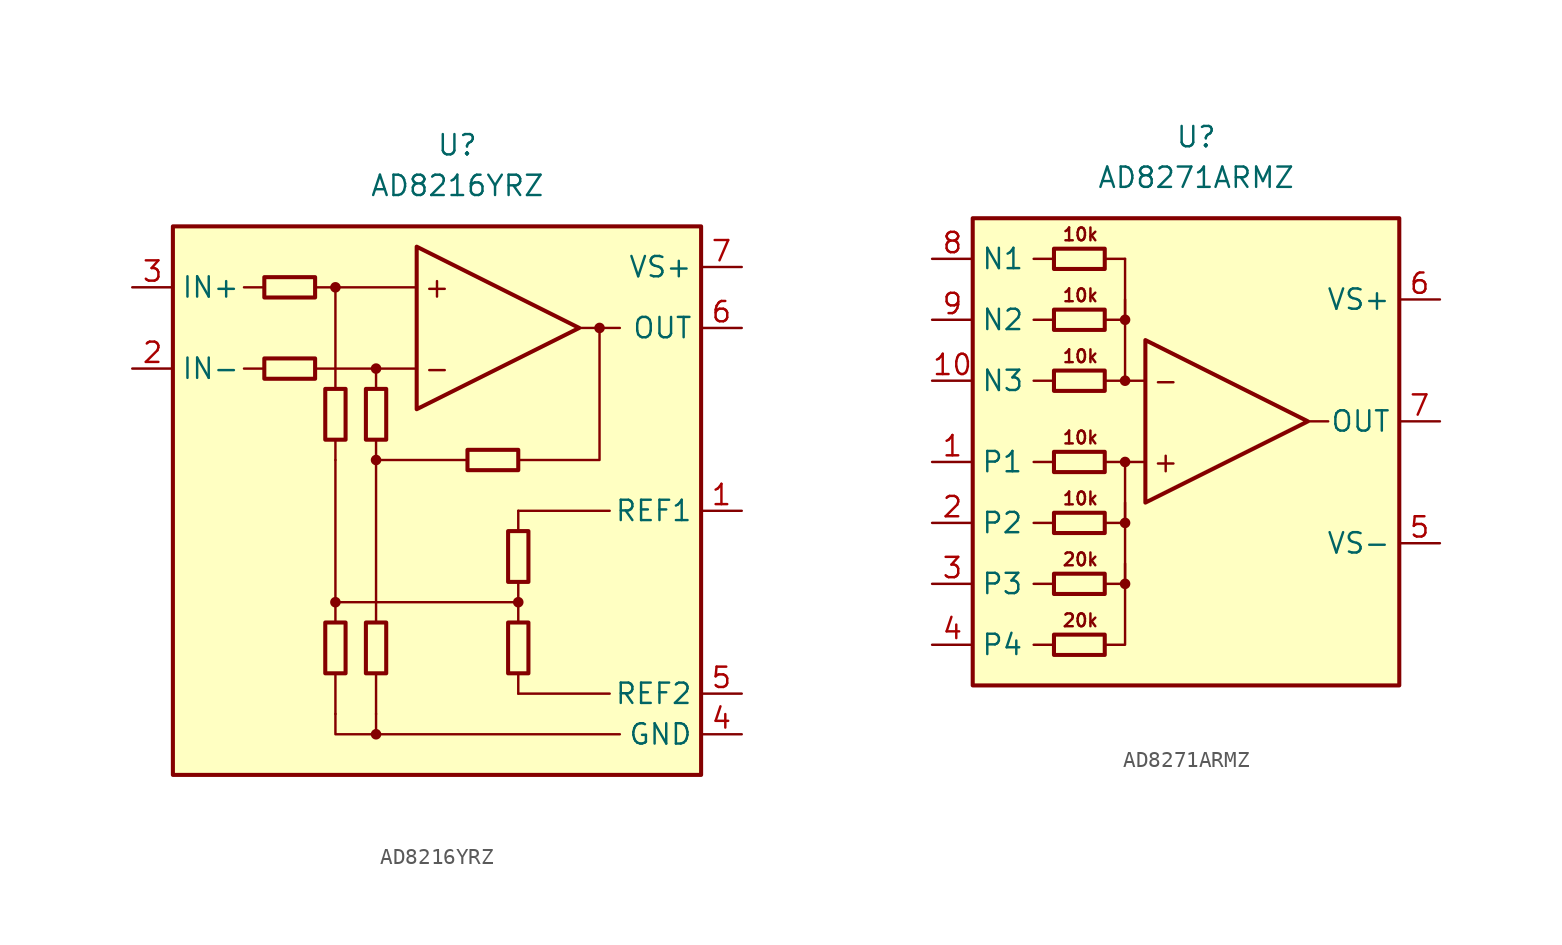
<source format=kicad_sym>
(kicad_symbol_lib
  (version 20211014)
  (generator kicad_symbol_editor)
  (symbol "AD8216YRZ"
    (property "Reference" "U"
      (at 0 22.86 0)
      (effects (font (size 1.27 1.27))))
    (property "Value" "AD8216YRZ"
      (at 0 20.32 0)
      (effects (font (size 1.27 1.27))))
    (symbol "AD8216YRZ_0_0"
      (rectangle (start -17.78 17.78) (end 15.24 -16.51) (stroke (width 0.254) (type default) (color 0 0 0 0)) (fill (type background)))
      (circle (center -7.62 -5.715) (radius 0.254) (stroke (width 0.152) (type default) (color 0 0 0 0)) (fill (type outline)))
      (circle (center -7.62 13.97) (radius 0.254) (stroke (width 0.152) (type default) (color 0 0 0 0)) (fill (type outline)))
      (circle (center -5.08 -13.97) (radius 0.254) (stroke (width 0.152) (type default) (color 0 0 0 0)) (fill (type outline)))
      (circle (center -5.08 3.175) (radius 0.254) (stroke (width 0.152) (type default) (color 0 0 0 0)) (fill (type outline)))
      (circle (center -5.08 8.89) (radius 0.254) (stroke (width 0.152) (type default) (color 0 0 0 0)) (fill (type outline)))
      (polyline (pts (xy -12.065 8.89) (xy -13.335 8.89)) (stroke (width 0.152) (type default) (color 0 0 0 0)) (fill (type none)))
      (polyline (pts (xy -12.065 13.97) (xy -13.335 13.97)) (stroke (width 0.152) (type default) (color 0 0 0 0)) (fill (type none)))
      (polyline (pts (xy -7.62 -10.16) (xy -7.62 -12.7)) (stroke (width 0.152) (type default) (color 0 0 0 0)) (fill (type none)))
      (polyline (pts (xy -7.62 -5.715) (xy 3.81 -5.715)) (stroke (width 0.152) (type default) (color 0 0 0 0)) (fill (type none)))
      (polyline (pts (xy -7.62 3.175) (xy -7.62 -6.985)) (stroke (width 0.152) (type default) (color 0 0 0 0)) (fill (type none)))
      (polyline (pts (xy -7.62 4.445) (xy -7.62 3.175)) (stroke (width 0.152) (type default) (color 0 0 0 0)) (fill (type none)))
      (polyline (pts (xy -7.62 13.97) (xy -7.62 7.62)) (stroke (width 0.152) (type default) (color 0 0 0 0)) (fill (type none)))
      (polyline (pts (xy -5.08 -13.97) (xy 10.16 -13.97)) (stroke (width 0.152) (type default) (color 0 0 0 0)) (fill (type none)))
      (polyline (pts (xy -5.08 -10.16) (xy -5.08 -12.7)) (stroke (width 0.152) (type default) (color 0 0 0 0)) (fill (type none)))
      (polyline (pts (xy -5.08 -6.985) (xy -5.08 3.175)) (stroke (width 0.152) (type default) (color 0 0 0 0)) (fill (type none)))
      (polyline (pts (xy -5.08 3.175) (xy 0.635 3.175)) (stroke (width 0.152) (type default) (color 0 0 0 0)) (fill (type none)))
      (polyline (pts (xy -5.08 4.445) (xy -5.08 3.175)) (stroke (width 0.152) (type default) (color 0 0 0 0)) (fill (type none)))
      (polyline (pts (xy -5.08 7.62) (xy -5.08 8.89)) (stroke (width 0.152) (type default) (color 0 0 0 0)) (fill (type none)))
      (polyline (pts (xy -2.54 8.89) (xy -8.89 8.89)) (stroke (width 0.152) (type default) (color 0 0 0 0)) (fill (type none)))
      (polyline (pts (xy -2.54 13.97) (xy -8.89 13.97)) (stroke (width 0.152) (type default) (color 0 0 0 0)) (fill (type none)))
      (polyline (pts (xy 3.81 -11.43) (xy 9.525 -11.43)) (stroke (width 0.152) (type default) (color 0 0 0 0)) (fill (type none)))
      (polyline (pts (xy 3.81 -10.16) (xy 3.81 -11.43)) (stroke (width 0.152) (type default) (color 0 0 0 0)) (fill (type none)))
      (polyline (pts (xy 3.81 -4.445) (xy 3.81 -6.985)) (stroke (width 0.152) (type default) (color 0 0 0 0)) (fill (type none)))
      (polyline (pts (xy 3.81 -1.27) (xy 3.81 0)) (stroke (width 0.152) (type default) (color 0 0 0 0)) (fill (type none)))
      (polyline (pts (xy 3.81 0) (xy 9.525 0)) (stroke (width 0.152) (type default) (color 0 0 0 0)) (fill (type none)))
      (polyline (pts (xy 8.89 11.43) (xy 7.62 11.43)) (stroke (width 0.152) (type default) (color 0 0 0 0)) (fill (type none)))
      (polyline (pts (xy 8.89 11.43) (xy 10.16 11.43)) (stroke (width 0.152) (type default) (color 0 0 0 0)) (fill (type none)))
      (polyline (pts (xy 3.81 3.175) (xy 8.89 3.175) (xy 8.89 11.43)) (stroke (width 0.152) (type default) (color 0 0 0 0)) (fill (type none)))
      (polyline (pts (xy -7.62 -12.7) (xy -7.62 -13.97) (xy -5.08 -13.97) (xy -5.08 -12.7)) (stroke (width 0.152) (type default) (color 0 0 0 0)) (fill (type none)))
      (circle (center 3.81 -5.715) (radius 0.254) (stroke (width 0.152) (type default) (color 0 0 0 0)) (fill (type outline)))
      (circle (center 8.89 11.43) (radius 0.254) (stroke (width 0.152) (type default) (color 0 0 0 0)) (fill (type outline)))
      (text "+" (at -1.27 13.97 0) (effects (font (size 1.27 1.27))))
      (text "-" (at -1.27 8.89 0) (effects (font (size 1.27 1.27)))))
    (symbol "AD8216YRZ_0_1"
      (rectangle (start -12.065 9.525) (end -8.89 8.255) (stroke (width 0.254) (type default) (color 0 0 0 0)) (fill (type none)))
      (rectangle (start -12.065 14.605) (end -8.89 13.335) (stroke (width 0.254) (type default) (color 0 0 0 0)) (fill (type none)))
      (rectangle (start -8.255 -10.16) (end -6.985 -6.985) (stroke (width 0.254) (type default) (color 0 0 0 0)) (fill (type none)))
      (rectangle (start -8.255 4.445) (end -6.985 7.62) (stroke (width 0.254) (type default) (color 0 0 0 0)) (fill (type none)))
      (rectangle (start -5.715 -10.16) (end -4.445 -6.985) (stroke (width 0.254) (type default) (color 0 0 0 0)) (fill (type none)))
      (rectangle (start -5.715 4.445) (end -4.445 7.62) (stroke (width 0.254) (type default) (color 0 0 0 0)) (fill (type none)))
      (polyline (pts (xy -2.54 16.51) (xy -2.54 6.35) (xy 7.62 11.43) (xy -2.54 16.51)) (stroke (width 0.254) (type default) (color 0 0 0 0)) (fill (type none)))
      (rectangle (start 3.175 -10.16) (end 4.445 -6.985) (stroke (width 0.254) (type default) (color 0 0 0 0)) (fill (type none)))
      (rectangle (start 3.175 -4.445) (end 4.445 -1.27) (stroke (width 0.254) (type default) (color 0 0 0 0)) (fill (type none)))
      (rectangle (start 3.81 2.54) (end 0.635 3.81) (stroke (width 0.254) (type default) (color 0 0 0 0)) (fill (type none))))
    (symbol "AD8216YRZ_1_1"
      (pin input line (at 17.78 0 180) (length 2.54) (name "REF1" (effects (font (size 1.27 1.27)))) (number "1" (effects (font (size 1.27 1.27)))))
      (pin input line (at -20.32 8.89 0) (length 2.54) (name "IN-" (effects (font (size 1.27 1.27)))) (number "2" (effects (font (size 1.27 1.27)))))
      (pin input line (at -20.32 13.97 0) (length 2.54) (name "IN+" (effects (font (size 1.27 1.27)))) (number "3" (effects (font (size 1.27 1.27)))))
      (pin power_in line (at 17.78 -13.97 180) (length 2.54) (name "GND" (effects (font (size 1.27 1.27)))) (number "4" (effects (font (size 1.27 1.27)))))
      (pin input line (at 17.78 -11.43 180) (length 2.54) (name "REF2" (effects (font (size 1.27 1.27)))) (number "5" (effects (font (size 1.27 1.27)))))
      (pin output line (at 17.78 11.43 180) (length 2.54) (name "OUT" (effects (font (size 1.27 1.27)))) (number "6" (effects (font (size 1.27 1.27)))))
      (pin power_in line (at 17.78 15.24 180) (length 2.54) (name "VS+" (effects (font (size 1.27 1.27)))) (number "7" (effects (font (size 1.27 1.27)))))
      (pin no_connect line (at -1.27 -10.16 0) (length 2.54) hide (name "NC" (effects (font (size 1.27 1.27)))) (number "8" (effects (font (size 1.27 1.27)))))))
  (symbol "AD8271ARMZ"
    (property "Reference" "U"
      (at 0 20.32 0)
      (effects (font (size 1.27 1.27))))
    (property "Value" "AD8271ARMZ"
      (at 0 17.78 0)
      (effects (font (size 1.27 1.27))))
    (symbol "AD8271ARMZ_0_0"
      (rectangle (start -13.97 15.24) (end 12.7 -13.97) (stroke (width 0.254) (type default) (color 0 0 0 0)) (fill (type background)))
      (circle (center -4.445 -7.62) (radius 0.254) (stroke (width 0.152) (type default) (color 0 0 0 0)) (fill (type outline)))
      (circle (center -4.445 -3.81) (radius 0.254) (stroke (width 0.152) (type default) (color 0 0 0 0)) (fill (type outline)))
      (circle (center -4.445 0) (radius 0.254) (stroke (width 0.152) (type default) (color 0 0 0 0)) (fill (type outline)))
      (circle (center -4.445 5.08) (radius 0.254) (stroke (width 0.152) (type default) (color 0 0 0 0)) (fill (type outline)))
      (circle (center -4.445 8.89) (radius 0.254) (stroke (width 0.152) (type default) (color 0 0 0 0)) (fill (type outline)))
      (polyline (pts (xy -8.89 -11.43) (xy -10.16 -11.43)) (stroke (width 0.152) (type default) (color 0 0 0 0)) (fill (type none)))
      (polyline (pts (xy -8.89 -7.62) (xy -10.16 -7.62)) (stroke (width 0.152) (type default) (color 0 0 0 0)) (fill (type none)))
      (polyline (pts (xy -8.89 -3.81) (xy -10.16 -3.81)) (stroke (width 0.152) (type default) (color 0 0 0 0)) (fill (type none)))
      (polyline (pts (xy -8.89 0) (xy -10.16 0)) (stroke (width 0.152) (type default) (color 0 0 0 0)) (fill (type none)))
      (polyline (pts (xy -8.89 5.08) (xy -10.16 5.08)) (stroke (width 0.152) (type default) (color 0 0 0 0)) (fill (type none)))
      (polyline (pts (xy -8.89 8.89) (xy -10.16 8.89)) (stroke (width 0.152) (type default) (color 0 0 0 0)) (fill (type none)))
      (polyline (pts (xy -8.89 12.7) (xy -10.16 12.7)) (stroke (width 0.152) (type default) (color 0 0 0 0)) (fill (type none)))
      (polyline (pts (xy -4.445 5.08) (xy -4.445 10.16)) (stroke (width 0.152) (type default) (color 0 0 0 0)) (fill (type none)))
      (polyline (pts (xy -3.175 0) (xy -5.715 0)) (stroke (width 0.152) (type default) (color 0 0 0 0)) (fill (type none)))
      (polyline (pts (xy -3.175 5.08) (xy -5.715 5.08)) (stroke (width 0.152) (type default) (color 0 0 0 0)) (fill (type none)))
      (polyline (pts (xy 6.985 2.54) (xy 8.255 2.54)) (stroke (width 0.152) (type default) (color 0 0 0 0)) (fill (type none)))
      (polyline (pts (xy -5.715 -11.43) (xy -4.445 -11.43) (xy -4.445 -6.35)) (stroke (width 0.152) (type default) (color 0 0 0 0)) (fill (type none)))
      (polyline (pts (xy -5.715 -7.62) (xy -4.445 -7.62) (xy -4.445 -2.54)) (stroke (width 0.152) (type default) (color 0 0 0 0)) (fill (type none)))
      (polyline (pts (xy -5.715 -3.81) (xy -4.445 -3.81) (xy -4.445 0)) (stroke (width 0.152) (type default) (color 0 0 0 0)) (fill (type none)))
      (text "+" (at -1.905 0 0) (effects (font (size 1.27 1.27))))
      (text "-" (at -1.905 5.08 0) (effects (font (size 1.27 1.27))))
      (text "10k" (at -7.239 -2.286 0) (effects (font (size 0.8 0.8))))
      (text "10k" (at -7.239 1.524 0) (effects (font (size 0.8 0.8))))
      (text "10k" (at -7.239 6.604 0) (effects (font (size 0.8 0.8))))
      (text "10k" (at -7.239 10.414 0) (effects (font (size 0.8 0.8))))
      (text "10k" (at -7.239 14.224 0) (effects (font (size 0.8 0.8))))
      (text "20k" (at -7.239 -9.906 0) (effects (font (size 0.8 0.8))))
      (text "20k" (at -7.239 -6.096 0) (effects (font (size 0.8 0.8)))))
    (symbol "AD8271ARMZ_0_1"
      (rectangle (start -8.89 -10.795) (end -5.715 -12.065) (stroke (width 0.254) (type default) (color 0 0 0 0)) (fill (type none)))
      (rectangle (start -8.89 -6.985) (end -5.715 -8.255) (stroke (width 0.254) (type default) (color 0 0 0 0)) (fill (type none)))
      (rectangle (start -8.89 -3.175) (end -5.715 -4.445) (stroke (width 0.254) (type default) (color 0 0 0 0)) (fill (type none)))
      (rectangle (start -8.89 0.635) (end -5.715 -0.635) (stroke (width 0.254) (type default) (color 0 0 0 0)) (fill (type none)))
      (rectangle (start -8.89 5.715) (end -5.715 4.445) (stroke (width 0.254) (type default) (color 0 0 0 0)) (fill (type none)))
      (rectangle (start -8.89 9.525) (end -5.715 8.255) (stroke (width 0.254) (type default) (color 0 0 0 0)) (fill (type none)))
      (rectangle (start -8.89 13.335) (end -5.715 12.065) (stroke (width 0.254) (type default) (color 0 0 0 0)) (fill (type none)))
      (polyline (pts (xy -4.445 12.7) (xy -5.715 12.7)) (stroke (width 0.152) (type default) (color 0 0 0 0)) (fill (type none)))
      (polyline (pts (xy -4.445 12.7) (xy -4.445 8.89) (xy -5.715 8.89)) (stroke (width 0.152) (type default) (color 0 0 0 0)) (fill (type none)))
      (polyline (pts (xy -3.175 7.62) (xy -3.175 -2.54) (xy 6.985 2.54) (xy -3.175 7.62)) (stroke (width 0.254) (type default) (color 0 0 0 0)) (fill (type none))))
    (symbol "AD8271ARMZ_1_1"
      (pin input line (at -16.51 0 0) (length 2.54) (name "P1" (effects (font (size 1.27 1.27)))) (number "1" (effects (font (size 1.27 1.27)))))
      (pin input line (at -16.51 5.08 0) (length 2.54) (name "N3" (effects (font (size 1.27 1.27)))) (number "10" (effects (font (size 1.27 1.27)))))
      (pin input line (at -16.51 -3.81 0) (length 2.54) (name "P2" (effects (font (size 1.27 1.27)))) (number "2" (effects (font (size 1.27 1.27)))))
      (pin input line (at -16.51 -7.62 0) (length 2.54) (name "P3" (effects (font (size 1.27 1.27)))) (number "3" (effects (font (size 1.27 1.27)))))
      (pin input line (at -16.51 -11.43 0) (length 2.54) (name "P4" (effects (font (size 1.27 1.27)))) (number "4" (effects (font (size 1.27 1.27)))))
      (pin power_in line (at 15.24 -5.08 180) (length 2.54) (name "VS-" (effects (font (size 1.27 1.27)))) (number "5" (effects (font (size 1.27 1.27)))))
      (pin power_in line (at 15.24 10.16 180) (length 2.54) (name "VS+" (effects (font (size 1.27 1.27)))) (number "6" (effects (font (size 1.27 1.27)))))
      (pin output line (at 15.24 2.54 180) (length 2.54) (name "OUT" (effects (font (size 1.27 1.27)))) (number "7" (effects (font (size 1.27 1.27)))))
      (pin input line (at -16.51 12.7 0) (length 2.54) (name "N1" (effects (font (size 1.27 1.27)))) (number "8" (effects (font (size 1.27 1.27)))))
      (pin input line (at -16.51 8.89 0) (length 2.54) (name "N2" (effects (font (size 1.27 1.27)))) (number "9" (effects (font (size 1.27 1.27))))))))
</source>
